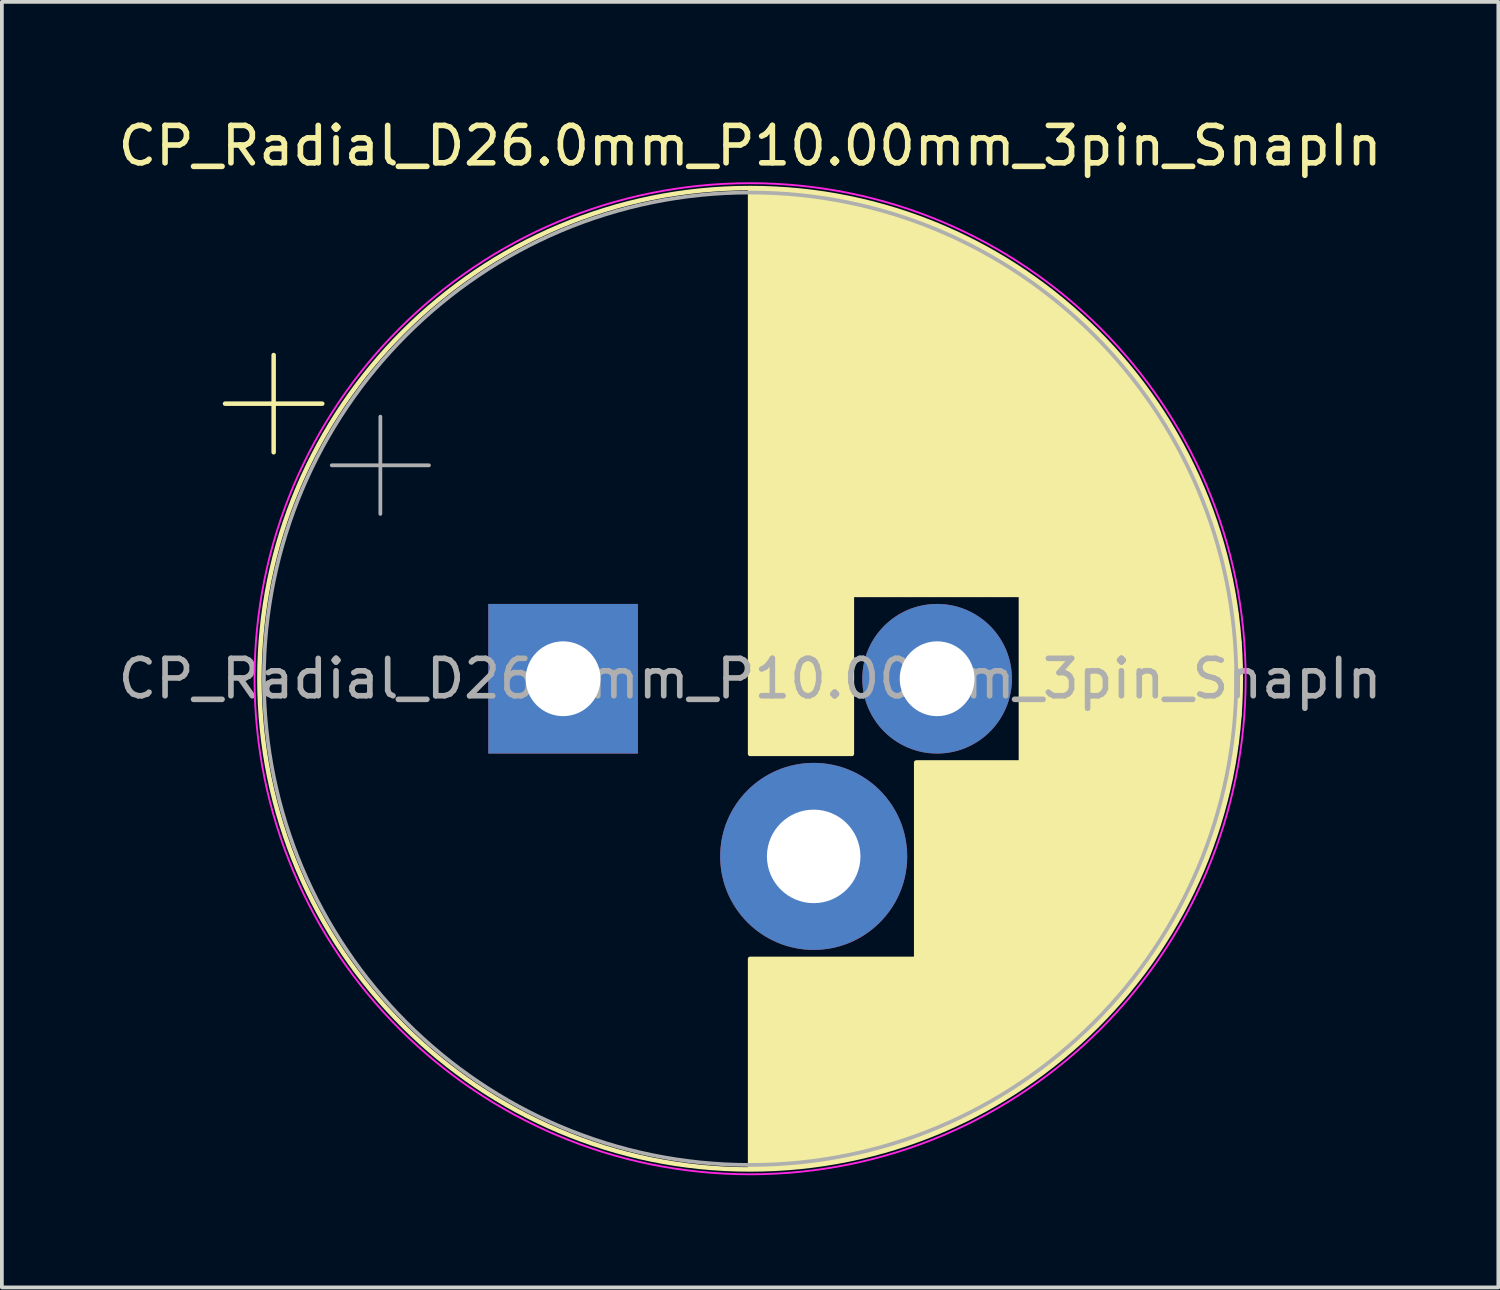
<source format=kicad_pcb>
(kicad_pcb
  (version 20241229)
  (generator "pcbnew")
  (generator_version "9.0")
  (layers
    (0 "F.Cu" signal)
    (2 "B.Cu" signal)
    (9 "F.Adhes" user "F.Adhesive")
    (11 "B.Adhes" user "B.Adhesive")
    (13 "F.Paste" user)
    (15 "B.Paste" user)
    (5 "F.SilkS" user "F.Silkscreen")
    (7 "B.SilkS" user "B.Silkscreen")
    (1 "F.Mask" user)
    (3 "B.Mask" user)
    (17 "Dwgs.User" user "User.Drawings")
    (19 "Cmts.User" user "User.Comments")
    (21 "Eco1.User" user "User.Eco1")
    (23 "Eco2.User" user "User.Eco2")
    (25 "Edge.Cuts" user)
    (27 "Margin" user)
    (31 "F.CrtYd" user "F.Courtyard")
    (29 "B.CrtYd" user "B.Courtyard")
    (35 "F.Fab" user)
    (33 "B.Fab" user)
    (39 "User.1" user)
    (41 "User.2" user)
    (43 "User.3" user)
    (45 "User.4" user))
  (footprint "CP_Radial_D26.0mm_P10.00mm_3pin_SnapIn"
    (layer "F.Cu")
    (at 12.006 15.098)
    (property "Reference" "CP_Radial_D26.0mm_P10.00mm_3pin_SnapIn" (at 5 -14.25 0) (layer "F.SilkS") (effects (font (size 1 1) (thickness 0.15))))
    (attr through_hole)
    (fp_line (start -9.039 -7.355) (end -6.439 -7.355) (stroke (width 0.12) (type solid)) (layer "F.SilkS"))
    (fp_line (start -7.739 -8.655) (end -7.739 -6.055) (stroke (width 0.12) (type solid)) (layer "F.SilkS"))
    (fp_line (start 5 -13.081) (end 5 2.01) (stroke (width 0.12) (type solid)) (layer "F.SilkS"))
    (fp_line (start 5 7.49) (end 5 13.081) (stroke (width 0.12) (type solid)) (layer "F.SilkS"))
    (fp_line (start 5.04 -13.08) (end 5.04 2.01) (stroke (width 0.12) (type solid)) (layer "F.SilkS"))
    (fp_line (start 5.04 7.49) (end 5.04 13.08) (stroke (width 0.12) (type solid)) (layer "F.SilkS"))
    (fp_line (start 5.08 -13.08) (end 5.08 2.01) (stroke (width 0.12) (type solid)) (layer "F.SilkS"))
    (fp_line (start 5.08 7.49) (end 5.08 13.08) (stroke (width 0.12) (type solid)) (layer "F.SilkS"))
    (fp_line (start 5.12 -13.08) (end 5.12 2.01) (stroke (width 0.12) (type solid)) (layer "F.SilkS"))
    (fp_line (start 5.12 7.49) (end 5.12 13.08) (stroke (width 0.12) (type solid)) (layer "F.SilkS"))
    (fp_line (start 5.16 -13.08) (end 5.16 2.01) (stroke (width 0.12) (type solid)) (layer "F.SilkS"))
    (fp_line (start 5.16 7.49) (end 5.16 13.08) (stroke (width 0.12) (type solid)) (layer "F.SilkS"))
    (fp_line (start 5.2 -13.079) (end 5.2 2.01) (stroke (width 0.12) (type solid)) (layer "F.SilkS"))
    (fp_line (start 5.2 7.49) (end 5.2 13.079) (stroke (width 0.12) (type solid)) (layer "F.SilkS"))
    (fp_line (start 5.24 -13.078) (end 5.24 2.01) (stroke (width 0.12) (type solid)) (layer "F.SilkS"))
    (fp_line (start 5.24 7.49) (end 5.24 13.078) (stroke (width 0.12) (type solid)) (layer "F.SilkS"))
    (fp_line (start 5.28 -13.078) (end 5.28 2.01) (stroke (width 0.12) (type solid)) (layer "F.SilkS"))
    (fp_line (start 5.28 7.49) (end 5.28 13.078) (stroke (width 0.12) (type solid)) (layer "F.SilkS"))
    (fp_line (start 5.32 -13.077) (end 5.32 2.01) (stroke (width 0.12) (type solid)) (layer "F.SilkS"))
    (fp_line (start 5.32 7.49) (end 5.32 13.077) (stroke (width 0.12) (type solid)) (layer "F.SilkS"))
    (fp_line (start 5.36 -13.076) (end 5.36 2.01) (stroke (width 0.12) (type solid)) (layer "F.SilkS"))
    (fp_line (start 5.36 7.49) (end 5.36 13.076) (stroke (width 0.12) (type solid)) (layer "F.SilkS"))
    (fp_line (start 5.4 -13.074) (end 5.4 2.01) (stroke (width 0.12) (type solid)) (layer "F.SilkS"))
    (fp_line (start 5.4 7.49) (end 5.4 13.074) (stroke (width 0.12) (type solid)) (layer "F.SilkS"))
    (fp_line (start 5.44 -13.073) (end 5.44 2.01) (stroke (width 0.12) (type solid)) (layer "F.SilkS"))
    (fp_line (start 5.44 7.49) (end 5.44 13.073) (stroke (width 0.12) (type solid)) (layer "F.SilkS"))
    (fp_line (start 5.48 -13.072) (end 5.48 2.01) (stroke (width 0.12) (type solid)) (layer "F.SilkS"))
    (fp_line (start 5.48 7.49) (end 5.48 13.072) (stroke (width 0.12) (type solid)) (layer "F.SilkS"))
    (fp_line (start 5.52 -13.07) (end 5.52 2.01) (stroke (width 0.12) (type solid)) (layer "F.SilkS"))
    (fp_line (start 5.52 7.49) (end 5.52 13.07) (stroke (width 0.12) (type solid)) (layer "F.SilkS"))
    (fp_line (start 5.56 -13.069) (end 5.56 2.01) (stroke (width 0.12) (type solid)) (layer "F.SilkS"))
    (fp_line (start 5.56 7.49) (end 5.56 13.069) (stroke (width 0.12) (type solid)) (layer "F.SilkS"))
    (fp_line (start 5.6 -13.067) (end 5.6 2.01) (stroke (width 0.12) (type solid)) (layer "F.SilkS"))
    (fp_line (start 5.6 7.49) (end 5.6 13.067) (stroke (width 0.12) (type solid)) (layer "F.SilkS"))
    (fp_line (start 5.64 -13.065) (end 5.64 2.01) (stroke (width 0.12) (type solid)) (layer "F.SilkS"))
    (fp_line (start 5.64 7.49) (end 5.64 13.065) (stroke (width 0.12) (type solid)) (layer "F.SilkS"))
    (fp_line (start 5.68 -13.063) (end 5.68 2.01) (stroke (width 0.12) (type solid)) (layer "F.SilkS"))
    (fp_line (start 5.68 7.49) (end 5.68 13.063) (stroke (width 0.12) (type solid)) (layer "F.SilkS"))
    (fp_line (start 5.721 -13.061) (end 5.721 2.01) (stroke (width 0.12) (type solid)) (layer "F.SilkS"))
    (fp_line (start 5.721 7.49) (end 5.721 13.061) (stroke (width 0.12) (type solid)) (layer "F.SilkS"))
    (fp_line (start 5.761 -13.058) (end 5.761 2.01) (stroke (width 0.12) (type solid)) (layer "F.SilkS"))
    (fp_line (start 5.761 7.49) (end 5.761 13.058) (stroke (width 0.12) (type solid)) (layer "F.SilkS"))
    (fp_line (start 5.801 -13.056) (end 5.801 2.01) (stroke (width 0.12) (type solid)) (layer "F.SilkS"))
    (fp_line (start 5.801 7.49) (end 5.801 13.056) (stroke (width 0.12) (type solid)) (layer "F.SilkS"))
    (fp_line (start 5.841 -13.054) (end 5.841 2.01) (stroke (width 0.12) (type solid)) (layer "F.SilkS"))
    (fp_line (start 5.841 7.49) (end 5.841 13.054) (stroke (width 0.12) (type solid)) (layer "F.SilkS"))
    (fp_line (start 5.881 -13.051) (end 5.881 2.01) (stroke (width 0.12) (type solid)) (layer "F.SilkS"))
    (fp_line (start 5.881 7.49) (end 5.881 13.051) (stroke (width 0.12) (type solid)) (layer "F.SilkS"))
    (fp_line (start 5.921 -13.048) (end 5.921 2.01) (stroke (width 0.12) (type solid)) (layer "F.SilkS"))
    (fp_line (start 5.921 7.49) (end 5.921 13.048) (stroke (width 0.12) (type solid)) (layer "F.SilkS"))
    (fp_line (start 5.961 -13.045) (end 5.961 2.01) (stroke (width 0.12) (type solid)) (layer "F.SilkS"))
    (fp_line (start 5.961 7.49) (end 5.961 13.045) (stroke (width 0.12) (type solid)) (layer "F.SilkS"))
    (fp_line (start 6.001 -13.042) (end 6.001 2.01) (stroke (width 0.12) (type solid)) (layer "F.SilkS"))
    (fp_line (start 6.001 7.49) (end 6.001 13.042) (stroke (width 0.12) (type solid)) (layer "F.SilkS"))
    (fp_line (start 6.041 -13.039) (end 6.041 2.01) (stroke (width 0.12) (type solid)) (layer "F.SilkS"))
    (fp_line (start 6.041 7.49) (end 6.041 13.039) (stroke (width 0.12) (type solid)) (layer "F.SilkS"))
    (fp_line (start 6.081 -13.036) (end 6.081 2.01) (stroke (width 0.12) (type solid)) (layer "F.SilkS"))
    (fp_line (start 6.081 7.49) (end 6.081 13.036) (stroke (width 0.12) (type solid)) (layer "F.SilkS"))
    (fp_line (start 6.121 -13.033) (end 6.121 2.01) (stroke (width 0.12) (type solid)) (layer "F.SilkS"))
    (fp_line (start 6.121 7.49) (end 6.121 13.033) (stroke (width 0.12) (type solid)) (layer "F.SilkS"))
    (fp_line (start 6.161 -13.029) (end 6.161 2.01) (stroke (width 0.12) (type solid)) (layer "F.SilkS"))
    (fp_line (start 6.161 7.49) (end 6.161 13.029) (stroke (width 0.12) (type solid)) (layer "F.SilkS"))
    (fp_line (start 6.201 -13.026) (end 6.201 2.01) (stroke (width 0.12) (type solid)) (layer "F.SilkS"))
    (fp_line (start 6.201 7.49) (end 6.201 13.026) (stroke (width 0.12) (type solid)) (layer "F.SilkS"))
    (fp_line (start 6.241 -13.022) (end 6.241 2.01) (stroke (width 0.12) (type solid)) (layer "F.SilkS"))
    (fp_line (start 6.241 7.49) (end 6.241 13.022) (stroke (width 0.12) (type solid)) (layer "F.SilkS"))
    (fp_line (start 6.281 -13.018) (end 6.281 2.01) (stroke (width 0.12) (type solid)) (layer "F.SilkS"))
    (fp_line (start 6.281 7.49) (end 6.281 13.018) (stroke (width 0.12) (type solid)) (layer "F.SilkS"))
    (fp_line (start 6.321 -13.014) (end 6.321 2.01) (stroke (width 0.12) (type solid)) (layer "F.SilkS"))
    (fp_line (start 6.321 7.49) (end 6.321 13.014) (stroke (width 0.12) (type solid)) (layer "F.SilkS"))
    (fp_line (start 6.361 -13.01) (end 6.361 2.01) (stroke (width 0.12) (type solid)) (layer "F.SilkS"))
    (fp_line (start 6.361 7.49) (end 6.361 13.01) (stroke (width 0.12) (type solid)) (layer "F.SilkS"))
    (fp_line (start 6.401 -13.006) (end 6.401 2.01) (stroke (width 0.12) (type solid)) (layer "F.SilkS"))
    (fp_line (start 6.401 7.49) (end 6.401 13.006) (stroke (width 0.12) (type solid)) (layer "F.SilkS"))
    (fp_line (start 6.441 -13.001) (end 6.441 2.01) (stroke (width 0.12) (type solid)) (layer "F.SilkS"))
    (fp_line (start 6.441 7.49) (end 6.441 13.001) (stroke (width 0.12) (type solid)) (layer "F.SilkS"))
    (fp_line (start 6.481 -12.997) (end 6.481 2.01) (stroke (width 0.12) (type solid)) (layer "F.SilkS"))
    (fp_line (start 6.481 7.49) (end 6.481 12.997) (stroke (width 0.12) (type solid)) (layer "F.SilkS"))
    (fp_line (start 6.521 -12.992) (end 6.521 2.01) (stroke (width 0.12) (type solid)) (layer "F.SilkS"))
    (fp_line (start 6.521 7.49) (end 6.521 12.992) (stroke (width 0.12) (type solid)) (layer "F.SilkS"))
    (fp_line (start 6.561 -12.987) (end 6.561 2.01) (stroke (width 0.12) (type solid)) (layer "F.SilkS"))
    (fp_line (start 6.561 7.49) (end 6.561 12.987) (stroke (width 0.12) (type solid)) (layer "F.SilkS"))
    (fp_line (start 6.601 -12.983) (end 6.601 2.01) (stroke (width 0.12) (type solid)) (layer "F.SilkS"))
    (fp_line (start 6.601 7.49) (end 6.601 12.983) (stroke (width 0.12) (type solid)) (layer "F.SilkS"))
    (fp_line (start 6.641 -12.978) (end 6.641 2.01) (stroke (width 0.12) (type solid)) (layer "F.SilkS"))
    (fp_line (start 6.641 7.49) (end 6.641 12.978) (stroke (width 0.12) (type solid)) (layer "F.SilkS"))
    (fp_line (start 6.681 -12.972) (end 6.681 2.01) (stroke (width 0.12) (type solid)) (layer "F.SilkS"))
    (fp_line (start 6.681 7.49) (end 6.681 12.972) (stroke (width 0.12) (type solid)) (layer "F.SilkS"))
    (fp_line (start 6.721 -12.967) (end 6.721 2.01) (stroke (width 0.12) (type solid)) (layer "F.SilkS"))
    (fp_line (start 6.721 7.49) (end 6.721 12.967) (stroke (width 0.12) (type solid)) (layer "F.SilkS"))
    (fp_line (start 6.761 -12.962) (end 6.761 2.01) (stroke (width 0.12) (type solid)) (layer "F.SilkS"))
    (fp_line (start 6.761 7.49) (end 6.761 12.962) (stroke (width 0.12) (type solid)) (layer "F.SilkS"))
    (fp_line (start 6.801 -12.956) (end 6.801 2.01) (stroke (width 0.12) (type solid)) (layer "F.SilkS"))
    (fp_line (start 6.801 7.49) (end 6.801 12.956) (stroke (width 0.12) (type solid)) (layer "F.SilkS"))
    (fp_line (start 6.841 -12.951) (end 6.841 2.01) (stroke (width 0.12) (type solid)) (layer "F.SilkS"))
    (fp_line (start 6.841 7.49) (end 6.841 12.951) (stroke (width 0.12) (type solid)) (layer "F.SilkS"))
    (fp_line (start 6.881 -12.945) (end 6.881 2.01) (stroke (width 0.12) (type solid)) (layer "F.SilkS"))
    (fp_line (start 6.881 7.49) (end 6.881 12.945) (stroke (width 0.12) (type solid)) (layer "F.SilkS"))
    (fp_line (start 6.921 -12.939) (end 6.921 2.01) (stroke (width 0.12) (type solid)) (layer "F.SilkS"))
    (fp_line (start 6.921 7.49) (end 6.921 12.939) (stroke (width 0.12) (type solid)) (layer "F.SilkS"))
    (fp_line (start 6.961 -12.933) (end 6.961 2.01) (stroke (width 0.12) (type solid)) (layer "F.SilkS"))
    (fp_line (start 6.961 7.49) (end 6.961 12.933) (stroke (width 0.12) (type solid)) (layer "F.SilkS"))
    (fp_line (start 7.001 -12.927) (end 7.001 2.01) (stroke (width 0.12) (type solid)) (layer "F.SilkS"))
    (fp_line (start 7.001 7.49) (end 7.001 12.927) (stroke (width 0.12) (type solid)) (layer "F.SilkS"))
    (fp_line (start 7.041 -12.921) (end 7.041 2.01) (stroke (width 0.12) (type solid)) (layer "F.SilkS"))
    (fp_line (start 7.041 7.49) (end 7.041 12.921) (stroke (width 0.12) (type solid)) (layer "F.SilkS"))
    (fp_line (start 7.081 -12.915) (end 7.081 2.01) (stroke (width 0.12) (type solid)) (layer "F.SilkS"))
    (fp_line (start 7.081 7.49) (end 7.081 12.915) (stroke (width 0.12) (type solid)) (layer "F.SilkS"))
    (fp_line (start 7.121 -12.908) (end 7.121 2.01) (stroke (width 0.12) (type solid)) (layer "F.SilkS"))
    (fp_line (start 7.121 7.49) (end 7.121 12.908) (stroke (width 0.12) (type solid)) (layer "F.SilkS"))
    (fp_line (start 7.161 -12.901) (end 7.161 2.01) (stroke (width 0.12) (type solid)) (layer "F.SilkS"))
    (fp_line (start 7.161 7.49) (end 7.161 12.901) (stroke (width 0.12) (type solid)) (layer "F.SilkS"))
    (fp_line (start 7.201 -12.895) (end 7.201 2.01) (stroke (width 0.12) (type solid)) (layer "F.SilkS"))
    (fp_line (start 7.201 7.49) (end 7.201 12.895) (stroke (width 0.12) (type solid)) (layer "F.SilkS"))
    (fp_line (start 7.241 -12.888) (end 7.241 2.01) (stroke (width 0.12) (type solid)) (layer "F.SilkS"))
    (fp_line (start 7.241 7.49) (end 7.241 12.888) (stroke (width 0.12) (type solid)) (layer "F.SilkS"))
    (fp_line (start 7.281 -12.881) (end 7.281 2.01) (stroke (width 0.12) (type solid)) (layer "F.SilkS"))
    (fp_line (start 7.281 7.49) (end 7.281 12.881) (stroke (width 0.12) (type solid)) (layer "F.SilkS"))
    (fp_line (start 7.321 -12.874) (end 7.321 2.01) (stroke (width 0.12) (type solid)) (layer "F.SilkS"))
    (fp_line (start 7.321 7.49) (end 7.321 12.874) (stroke (width 0.12) (type solid)) (layer "F.SilkS"))
    (fp_line (start 7.361 -12.866) (end 7.361 2.01) (stroke (width 0.12) (type solid)) (layer "F.SilkS"))
    (fp_line (start 7.361 7.49) (end 7.361 12.866) (stroke (width 0.12) (type solid)) (layer "F.SilkS"))
    (fp_line (start 7.401 -12.859) (end 7.401 2.01) (stroke (width 0.12) (type solid)) (layer "F.SilkS"))
    (fp_line (start 7.401 7.49) (end 7.401 12.859) (stroke (width 0.12) (type solid)) (layer "F.SilkS"))
    (fp_line (start 7.441 -12.852) (end 7.441 2.01) (stroke (width 0.12) (type solid)) (layer "F.SilkS"))
    (fp_line (start 7.441 7.49) (end 7.441 12.852) (stroke (width 0.12) (type solid)) (layer "F.SilkS"))
    (fp_line (start 7.481 -12.844) (end 7.481 2.01) (stroke (width 0.12) (type solid)) (layer "F.SilkS"))
    (fp_line (start 7.481 7.49) (end 7.481 12.844) (stroke (width 0.12) (type solid)) (layer "F.SilkS"))
    (fp_line (start 7.521 -12.836) (end 7.521 2.01) (stroke (width 0.12) (type solid)) (layer "F.SilkS"))
    (fp_line (start 7.521 7.49) (end 7.521 12.836) (stroke (width 0.12) (type solid)) (layer "F.SilkS"))
    (fp_line (start 7.561 -12.828) (end 7.561 2.01) (stroke (width 0.12) (type solid)) (layer "F.SilkS"))
    (fp_line (start 7.561 7.49) (end 7.561 12.828) (stroke (width 0.12) (type solid)) (layer "F.SilkS"))
    (fp_line (start 7.601 -12.82) (end 7.601 2.01) (stroke (width 0.12) (type solid)) (layer "F.SilkS"))
    (fp_line (start 7.601 7.49) (end 7.601 12.82) (stroke (width 0.12) (type solid)) (layer "F.SilkS"))
    (fp_line (start 7.641 -12.812) (end 7.641 2.01) (stroke (width 0.12) (type solid)) (layer "F.SilkS"))
    (fp_line (start 7.641 7.49) (end 7.641 12.812) (stroke (width 0.12) (type solid)) (layer "F.SilkS"))
    (fp_line (start 7.681 -12.804) (end 7.681 2.01) (stroke (width 0.12) (type solid)) (layer "F.SilkS"))
    (fp_line (start 7.681 7.49) (end 7.681 12.804) (stroke (width 0.12) (type solid)) (layer "F.SilkS"))
    (fp_line (start 7.721 -12.795) (end 7.721 2.01) (stroke (width 0.12) (type solid)) (layer "F.SilkS"))
    (fp_line (start 7.721 7.49) (end 7.721 12.795) (stroke (width 0.12) (type solid)) (layer "F.SilkS"))
    (fp_line (start 7.761 -12.787) (end 7.761 -2.24) (stroke (width 0.12) (type solid)) (layer "F.SilkS"))
    (fp_line (start 7.761 7.49) (end 7.761 12.787) (stroke (width 0.12) (type solid)) (layer "F.SilkS"))
    (fp_line (start 7.801 -12.778) (end 7.801 -2.24) (stroke (width 0.12) (type solid)) (layer "F.SilkS"))
    (fp_line (start 7.801 7.49) (end 7.801 12.778) (stroke (width 0.12) (type solid)) (layer "F.SilkS"))
    (fp_line (start 7.841 -12.769) (end 7.841 -2.24) (stroke (width 0.12) (type solid)) (layer "F.SilkS"))
    (fp_line (start 7.841 7.49) (end 7.841 12.769) (stroke (width 0.12) (type solid)) (layer "F.SilkS"))
    (fp_line (start 7.881 -12.761) (end 7.881 -2.24) (stroke (width 0.12) (type solid)) (layer "F.SilkS"))
    (fp_line (start 7.881 7.49) (end 7.881 12.761) (stroke (width 0.12) (type solid)) (layer "F.SilkS"))
    (fp_line (start 7.921 -12.751) (end 7.921 -2.24) (stroke (width 0.12) (type solid)) (layer "F.SilkS"))
    (fp_line (start 7.921 7.49) (end 7.921 12.751) (stroke (width 0.12) (type solid)) (layer "F.SilkS"))
    (fp_line (start 7.961 -12.742) (end 7.961 -2.24) (stroke (width 0.12) (type solid)) (layer "F.SilkS"))
    (fp_line (start 7.961 7.49) (end 7.961 12.742) (stroke (width 0.12) (type solid)) (layer "F.SilkS"))
    (fp_line (start 8.001 -12.733) (end 8.001 -2.24) (stroke (width 0.12) (type solid)) (layer "F.SilkS"))
    (fp_line (start 8.001 7.49) (end 8.001 12.733) (stroke (width 0.12) (type solid)) (layer "F.SilkS"))
    (fp_line (start 8.041 -12.723) (end 8.041 -2.24) (stroke (width 0.12) (type solid)) (layer "F.SilkS"))
    (fp_line (start 8.041 7.49) (end 8.041 12.723) (stroke (width 0.12) (type solid)) (layer "F.SilkS"))
    (fp_line (start 8.081 -12.714) (end 8.081 -2.24) (stroke (width 0.12) (type solid)) (layer "F.SilkS"))
    (fp_line (start 8.081 7.49) (end 8.081 12.714) (stroke (width 0.12) (type solid)) (layer "F.SilkS"))
    (fp_line (start 8.121 -12.704) (end 8.121 -2.24) (stroke (width 0.12) (type solid)) (layer "F.SilkS"))
    (fp_line (start 8.121 7.49) (end 8.121 12.704) (stroke (width 0.12) (type solid)) (layer "F.SilkS"))
    (fp_line (start 8.161 -12.694) (end 8.161 -2.24) (stroke (width 0.12) (type solid)) (layer "F.SilkS"))
    (fp_line (start 8.161 7.49) (end 8.161 12.694) (stroke (width 0.12) (type solid)) (layer "F.SilkS"))
    (fp_line (start 8.201 -12.684) (end 8.201 -2.24) (stroke (width 0.12) (type solid)) (layer "F.SilkS"))
    (fp_line (start 8.201 7.49) (end 8.201 12.684) (stroke (width 0.12) (type solid)) (layer "F.SilkS"))
    (fp_line (start 8.241 -12.674) (end 8.241 -2.24) (stroke (width 0.12) (type solid)) (layer "F.SilkS"))
    (fp_line (start 8.241 7.49) (end 8.241 12.674) (stroke (width 0.12) (type solid)) (layer "F.SilkS"))
    (fp_line (start 8.281 -12.664) (end 8.281 -2.24) (stroke (width 0.12) (type solid)) (layer "F.SilkS"))
    (fp_line (start 8.281 7.49) (end 8.281 12.664) (stroke (width 0.12) (type solid)) (layer "F.SilkS"))
    (fp_line (start 8.321 -12.653) (end 8.321 -2.24) (stroke (width 0.12) (type solid)) (layer "F.SilkS"))
    (fp_line (start 8.321 7.49) (end 8.321 12.653) (stroke (width 0.12) (type solid)) (layer "F.SilkS"))
    (fp_line (start 8.361 -12.643) (end 8.361 -2.24) (stroke (width 0.12) (type solid)) (layer "F.SilkS"))
    (fp_line (start 8.361 7.49) (end 8.361 12.643) (stroke (width 0.12) (type solid)) (layer "F.SilkS"))
    (fp_line (start 8.401 -12.632) (end 8.401 -2.24) (stroke (width 0.12) (type solid)) (layer "F.SilkS"))
    (fp_line (start 8.401 7.49) (end 8.401 12.632) (stroke (width 0.12) (type solid)) (layer "F.SilkS"))
    (fp_line (start 8.441 -12.621) (end 8.441 -2.24) (stroke (width 0.12) (type solid)) (layer "F.SilkS"))
    (fp_line (start 8.441 7.49) (end 8.441 12.621) (stroke (width 0.12) (type solid)) (layer "F.SilkS"))
    (fp_line (start 8.481 -12.611) (end 8.481 -2.24) (stroke (width 0.12) (type solid)) (layer "F.SilkS"))
    (fp_line (start 8.481 7.49) (end 8.481 12.611) (stroke (width 0.12) (type solid)) (layer "F.SilkS"))
    (fp_line (start 8.521 -12.599) (end 8.521 -2.24) (stroke (width 0.12) (type solid)) (layer "F.SilkS"))
    (fp_line (start 8.521 7.49) (end 8.521 12.599) (stroke (width 0.12) (type solid)) (layer "F.SilkS"))
    (fp_line (start 8.561 -12.588) (end 8.561 -2.24) (stroke (width 0.12) (type solid)) (layer "F.SilkS"))
    (fp_line (start 8.561 7.49) (end 8.561 12.588) (stroke (width 0.12) (type solid)) (layer "F.SilkS"))
    (fp_line (start 8.601 -12.577) (end 8.601 -2.24) (stroke (width 0.12) (type solid)) (layer "F.SilkS"))
    (fp_line (start 8.601 7.49) (end 8.601 12.577) (stroke (width 0.12) (type solid)) (layer "F.SilkS"))
    (fp_line (start 8.641 -12.565) (end 8.641 -2.24) (stroke (width 0.12) (type solid)) (layer "F.SilkS"))
    (fp_line (start 8.641 7.49) (end 8.641 12.565) (stroke (width 0.12) (type solid)) (layer "F.SilkS"))
    (fp_line (start 8.681 -12.554) (end 8.681 -2.24) (stroke (width 0.12) (type solid)) (layer "F.SilkS"))
    (fp_line (start 8.681 7.49) (end 8.681 12.554) (stroke (width 0.12) (type solid)) (layer "F.SilkS"))
    (fp_line (start 8.721 -12.542) (end 8.721 -2.24) (stroke (width 0.12) (type solid)) (layer "F.SilkS"))
    (fp_line (start 8.721 7.49) (end 8.721 12.542) (stroke (width 0.12) (type solid)) (layer "F.SilkS"))
    (fp_line (start 8.761 -12.53) (end 8.761 -2.24) (stroke (width 0.12) (type solid)) (layer "F.SilkS"))
    (fp_line (start 8.761 7.49) (end 8.761 12.53) (stroke (width 0.12) (type solid)) (layer "F.SilkS"))
    (fp_line (start 8.801 -12.518) (end 8.801 -2.24) (stroke (width 0.12) (type solid)) (layer "F.SilkS"))
    (fp_line (start 8.801 7.49) (end 8.801 12.518) (stroke (width 0.12) (type solid)) (layer "F.SilkS"))
    (fp_line (start 8.841 -12.506) (end 8.841 -2.24) (stroke (width 0.12) (type solid)) (layer "F.SilkS"))
    (fp_line (start 8.841 7.49) (end 8.841 12.506) (stroke (width 0.12) (type solid)) (layer "F.SilkS"))
    (fp_line (start 8.881 -12.494) (end 8.881 -2.24) (stroke (width 0.12) (type solid)) (layer "F.SilkS"))
    (fp_line (start 8.881 7.49) (end 8.881 12.494) (stroke (width 0.12) (type solid)) (layer "F.SilkS"))
    (fp_line (start 8.921 -12.481) (end 8.921 -2.24) (stroke (width 0.12) (type solid)) (layer "F.SilkS"))
    (fp_line (start 8.921 7.49) (end 8.921 12.481) (stroke (width 0.12) (type solid)) (layer "F.SilkS"))
    (fp_line (start 8.961 -12.469) (end 8.961 -2.24) (stroke (width 0.12) (type solid)) (layer "F.SilkS"))
    (fp_line (start 8.961 7.49) (end 8.961 12.469) (stroke (width 0.12) (type solid)) (layer "F.SilkS"))
    (fp_line (start 9.001 -12.456) (end 9.001 -2.24) (stroke (width 0.12) (type solid)) (layer "F.SilkS"))
    (fp_line (start 9.001 7.49) (end 9.001 12.456) (stroke (width 0.12) (type solid)) (layer "F.SilkS"))
    (fp_line (start 9.041 -12.443) (end 9.041 -2.24) (stroke (width 0.12) (type solid)) (layer "F.SilkS"))
    (fp_line (start 9.041 7.49) (end 9.041 12.443) (stroke (width 0.12) (type solid)) (layer "F.SilkS"))
    (fp_line (start 9.081 -12.43) (end 9.081 -2.24) (stroke (width 0.12) (type solid)) (layer "F.SilkS"))
    (fp_line (start 9.081 7.49) (end 9.081 12.43) (stroke (width 0.12) (type solid)) (layer "F.SilkS"))
    (fp_line (start 9.121 -12.417) (end 9.121 -2.24) (stroke (width 0.12) (type solid)) (layer "F.SilkS"))
    (fp_line (start 9.121 7.49) (end 9.121 12.417) (stroke (width 0.12) (type solid)) (layer "F.SilkS"))
    (fp_line (start 9.161 -12.404) (end 9.161 -2.24) (stroke (width 0.12) (type solid)) (layer "F.SilkS"))
    (fp_line (start 9.161 7.49) (end 9.161 12.404) (stroke (width 0.12) (type solid)) (layer "F.SilkS"))
    (fp_line (start 9.201 -12.39) (end 9.201 -2.24) (stroke (width 0.12) (type solid)) (layer "F.SilkS"))
    (fp_line (start 9.201 7.49) (end 9.201 12.39) (stroke (width 0.12) (type solid)) (layer "F.SilkS"))
    (fp_line (start 9.241 -12.376) (end 9.241 -2.24) (stroke (width 0.12) (type solid)) (layer "F.SilkS"))
    (fp_line (start 9.241 7.49) (end 9.241 12.376) (stroke (width 0.12) (type solid)) (layer "F.SilkS"))
    (fp_line (start 9.281 -12.363) (end 9.281 -2.24) (stroke (width 0.12) (type solid)) (layer "F.SilkS"))
    (fp_line (start 9.281 7.49) (end 9.281 12.363) (stroke (width 0.12) (type solid)) (layer "F.SilkS"))
    (fp_line (start 9.321 -12.349) (end 9.321 -2.24) (stroke (width 0.12) (type solid)) (layer "F.SilkS"))
    (fp_line (start 9.321 7.49) (end 9.321 12.349) (stroke (width 0.12) (type solid)) (layer "F.SilkS"))
    (fp_line (start 9.361 -12.335) (end 9.361 -2.24) (stroke (width 0.12) (type solid)) (layer "F.SilkS"))
    (fp_line (start 9.361 7.49) (end 9.361 12.335) (stroke (width 0.12) (type solid)) (layer "F.SilkS"))
    (fp_line (start 9.401 -12.321) (end 9.401 -2.24) (stroke (width 0.12) (type solid)) (layer "F.SilkS"))
    (fp_line (start 9.401 7.49) (end 9.401 12.321) (stroke (width 0.12) (type solid)) (layer "F.SilkS"))
    (fp_line (start 9.441 -12.306) (end 9.441 -2.24) (stroke (width 0.12) (type solid)) (layer "F.SilkS"))
    (fp_line (start 9.441 2.24) (end 9.441 12.306) (stroke (width 0.12) (type solid)) (layer "F.SilkS"))
    (fp_line (start 9.481 -12.292) (end 9.481 -2.24) (stroke (width 0.12) (type solid)) (layer "F.SilkS"))
    (fp_line (start 9.481 2.24) (end 9.481 12.292) (stroke (width 0.12) (type solid)) (layer "F.SilkS"))
    (fp_line (start 9.521 -12.277) (end 9.521 -2.24) (stroke (width 0.12) (type solid)) (layer "F.SilkS"))
    (fp_line (start 9.521 2.24) (end 9.521 12.277) (stroke (width 0.12) (type solid)) (layer "F.SilkS"))
    (fp_line (start 9.561 -12.263) (end 9.561 -2.24) (stroke (width 0.12) (type solid)) (layer "F.SilkS"))
    (fp_line (start 9.561 2.24) (end 9.561 12.263) (stroke (width 0.12) (type solid)) (layer "F.SilkS"))
    (fp_line (start 9.601 -12.248) (end 9.601 -2.24) (stroke (width 0.12) (type solid)) (layer "F.SilkS"))
    (fp_line (start 9.601 2.24) (end 9.601 12.248) (stroke (width 0.12) (type solid)) (layer "F.SilkS"))
    (fp_line (start 9.641 -12.233) (end 9.641 -2.24) (stroke (width 0.12) (type solid)) (layer "F.SilkS"))
    (fp_line (start 9.641 2.24) (end 9.641 12.233) (stroke (width 0.12) (type solid)) (layer "F.SilkS"))
    (fp_line (start 9.681 -12.217) (end 9.681 -2.24) (stroke (width 0.12) (type solid)) (layer "F.SilkS"))
    (fp_line (start 9.681 2.24) (end 9.681 12.217) (stroke (width 0.12) (type solid)) (layer "F.SilkS"))
    (fp_line (start 9.721 -12.202) (end 9.721 -2.24) (stroke (width 0.12) (type solid)) (layer "F.SilkS"))
    (fp_line (start 9.721 2.24) (end 9.721 12.202) (stroke (width 0.12) (type solid)) (layer "F.SilkS"))
    (fp_line (start 9.761 -12.187) (end 9.761 -2.24) (stroke (width 0.12) (type solid)) (layer "F.SilkS"))
    (fp_line (start 9.761 2.24) (end 9.761 12.187) (stroke (width 0.12) (type solid)) (layer "F.SilkS"))
    (fp_line (start 9.801 -12.171) (end 9.801 -2.24) (stroke (width 0.12) (type solid)) (layer "F.SilkS"))
    (fp_line (start 9.801 2.24) (end 9.801 12.171) (stroke (width 0.12) (type solid)) (layer "F.SilkS"))
    (fp_line (start 9.841 -12.155) (end 9.841 -2.24) (stroke (width 0.12) (type solid)) (layer "F.SilkS"))
    (fp_line (start 9.841 2.24) (end 9.841 12.155) (stroke (width 0.12) (type solid)) (layer "F.SilkS"))
    (fp_line (start 9.881 -12.139) (end 9.881 -2.24) (stroke (width 0.12) (type solid)) (layer "F.SilkS"))
    (fp_line (start 9.881 2.24) (end 9.881 12.139) (stroke (width 0.12) (type solid)) (layer "F.SilkS"))
    (fp_line (start 9.921 -12.123) (end 9.921 -2.24) (stroke (width 0.12) (type solid)) (layer "F.SilkS"))
    (fp_line (start 9.921 2.24) (end 9.921 12.123) (stroke (width 0.12) (type solid)) (layer "F.SilkS"))
    (fp_line (start 9.961 -12.107) (end 9.961 -2.24) (stroke (width 0.12) (type solid)) (layer "F.SilkS"))
    (fp_line (start 9.961 2.24) (end 9.961 12.107) (stroke (width 0.12) (type solid)) (layer "F.SilkS"))
    (fp_line (start 10.001 -12.09) (end 10.001 -2.24) (stroke (width 0.12) (type solid)) (layer "F.SilkS"))
    (fp_line (start 10.001 2.24) (end 10.001 12.09) (stroke (width 0.12) (type solid)) (layer "F.SilkS"))
    (fp_line (start 10.041 -12.074) (end 10.041 -2.24) (stroke (width 0.12) (type solid)) (layer "F.SilkS"))
    (fp_line (start 10.041 2.24) (end 10.041 12.074) (stroke (width 0.12) (type solid)) (layer "F.SilkS"))
    (fp_line (start 10.081 -12.057) (end 10.081 -2.24) (stroke (width 0.12) (type solid)) (layer "F.SilkS"))
    (fp_line (start 10.081 2.24) (end 10.081 12.057) (stroke (width 0.12) (type solid)) (layer "F.SilkS"))
    (fp_line (start 10.121 -12.04) (end 10.121 -2.24) (stroke (width 0.12) (type solid)) (layer "F.SilkS"))
    (fp_line (start 10.121 2.24) (end 10.121 12.04) (stroke (width 0.12) (type solid)) (layer "F.SilkS"))
    (fp_line (start 10.161 -12.023) (end 10.161 -2.24) (stroke (width 0.12) (type solid)) (layer "F.SilkS"))
    (fp_line (start 10.161 2.24) (end 10.161 12.023) (stroke (width 0.12) (type solid)) (layer "F.SilkS"))
    (fp_line (start 10.201 -12.006) (end 10.201 -2.24) (stroke (width 0.12) (type solid)) (layer "F.SilkS"))
    (fp_line (start 10.201 2.24) (end 10.201 12.006) (stroke (width 0.12) (type solid)) (layer "F.SilkS"))
    (fp_line (start 10.241 -11.989) (end 10.241 -2.24) (stroke (width 0.12) (type solid)) (layer "F.SilkS"))
    (fp_line (start 10.241 2.24) (end 10.241 11.989) (stroke (width 0.12) (type solid)) (layer "F.SilkS"))
    (fp_line (start 10.281 -11.971) (end 10.281 -2.24) (stroke (width 0.12) (type solid)) (layer "F.SilkS"))
    (fp_line (start 10.281 2.24) (end 10.281 11.971) (stroke (width 0.12) (type solid)) (layer "F.SilkS"))
    (fp_line (start 10.321 -11.953) (end 10.321 -2.24) (stroke (width 0.12) (type solid)) (layer "F.SilkS"))
    (fp_line (start 10.321 2.24) (end 10.321 11.953) (stroke (width 0.12) (type solid)) (layer "F.SilkS"))
    (fp_line (start 10.361 -11.936) (end 10.361 -2.24) (stroke (width 0.12) (type solid)) (layer "F.SilkS"))
    (fp_line (start 10.361 2.24) (end 10.361 11.936) (stroke (width 0.12) (type solid)) (layer "F.SilkS"))
    (fp_line (start 10.401 -11.918) (end 10.401 -2.24) (stroke (width 0.12) (type solid)) (layer "F.SilkS"))
    (fp_line (start 10.401 2.24) (end 10.401 11.918) (stroke (width 0.12) (type solid)) (layer "F.SilkS"))
    (fp_line (start 10.441 -11.9) (end 10.441 -2.24) (stroke (width 0.12) (type solid)) (layer "F.SilkS"))
    (fp_line (start 10.441 2.24) (end 10.441 11.9) (stroke (width 0.12) (type solid)) (layer "F.SilkS"))
    (fp_line (start 10.481 -11.881) (end 10.481 -2.24) (stroke (width 0.12) (type solid)) (layer "F.SilkS"))
    (fp_line (start 10.481 2.24) (end 10.481 11.881) (stroke (width 0.12) (type solid)) (layer "F.SilkS"))
    (fp_line (start 10.521 -11.863) (end 10.521 -2.24) (stroke (width 0.12) (type solid)) (layer "F.SilkS"))
    (fp_line (start 10.521 2.24) (end 10.521 11.863) (stroke (width 0.12) (type solid)) (layer "F.SilkS"))
    (fp_line (start 10.561 -11.844) (end 10.561 -2.24) (stroke (width 0.12) (type solid)) (layer "F.SilkS"))
    (fp_line (start 10.561 2.24) (end 10.561 11.844) (stroke (width 0.12) (type solid)) (layer "F.SilkS"))
    (fp_line (start 10.601 -11.825) (end 10.601 -2.24) (stroke (width 0.12) (type solid)) (layer "F.SilkS"))
    (fp_line (start 10.601 2.24) (end 10.601 11.825) (stroke (width 0.12) (type solid)) (layer "F.SilkS"))
    (fp_line (start 10.641 -11.806) (end 10.641 -2.24) (stroke (width 0.12) (type solid)) (layer "F.SilkS"))
    (fp_line (start 10.641 2.24) (end 10.641 11.806) (stroke (width 0.12) (type solid)) (layer "F.SilkS"))
    (fp_line (start 10.681 -11.787) (end 10.681 -2.24) (stroke (width 0.12) (type solid)) (layer "F.SilkS"))
    (fp_line (start 10.681 2.24) (end 10.681 11.787) (stroke (width 0.12) (type solid)) (layer "F.SilkS"))
    (fp_line (start 10.721 -11.768) (end 10.721 -2.24) (stroke (width 0.12) (type solid)) (layer "F.SilkS"))
    (fp_line (start 10.721 2.24) (end 10.721 11.768) (stroke (width 0.12) (type solid)) (layer "F.SilkS"))
    (fp_line (start 10.761 -11.748) (end 10.761 -2.24) (stroke (width 0.12) (type solid)) (layer "F.SilkS"))
    (fp_line (start 10.761 2.24) (end 10.761 11.748) (stroke (width 0.12) (type solid)) (layer "F.SilkS"))
    (fp_line (start 10.801 -11.729) (end 10.801 -2.24) (stroke (width 0.12) (type solid)) (layer "F.SilkS"))
    (fp_line (start 10.801 2.24) (end 10.801 11.729) (stroke (width 0.12) (type solid)) (layer "F.SilkS"))
    (fp_line (start 10.841 -11.709) (end 10.841 -2.24) (stroke (width 0.12) (type solid)) (layer "F.SilkS"))
    (fp_line (start 10.841 2.24) (end 10.841 11.709) (stroke (width 0.12) (type solid)) (layer "F.SilkS"))
    (fp_line (start 10.881 -11.689) (end 10.881 -2.24) (stroke (width 0.12) (type solid)) (layer "F.SilkS"))
    (fp_line (start 10.881 2.24) (end 10.881 11.689) (stroke (width 0.12) (type solid)) (layer "F.SilkS"))
    (fp_line (start 10.921 -11.669) (end 10.921 -2.24) (stroke (width 0.12) (type solid)) (layer "F.SilkS"))
    (fp_line (start 10.921 2.24) (end 10.921 11.669) (stroke (width 0.12) (type solid)) (layer "F.SilkS"))
    (fp_line (start 10.961 -11.649) (end 10.961 -2.24) (stroke (width 0.12) (type solid)) (layer "F.SilkS"))
    (fp_line (start 10.961 2.24) (end 10.961 11.649) (stroke (width 0.12) (type solid)) (layer "F.SilkS"))
    (fp_line (start 11.001 -11.628) (end 11.001 -2.24) (stroke (width 0.12) (type solid)) (layer "F.SilkS"))
    (fp_line (start 11.001 2.24) (end 11.001 11.628) (stroke (width 0.12) (type solid)) (layer "F.SilkS"))
    (fp_line (start 11.041 -11.608) (end 11.041 -2.24) (stroke (width 0.12) (type solid)) (layer "F.SilkS"))
    (fp_line (start 11.041 2.24) (end 11.041 11.608) (stroke (width 0.12) (type solid)) (layer "F.SilkS"))
    (fp_line (start 11.081 -11.587) (end 11.081 -2.24) (stroke (width 0.12) (type solid)) (layer "F.SilkS"))
    (fp_line (start 11.081 2.24) (end 11.081 11.587) (stroke (width 0.12) (type solid)) (layer "F.SilkS"))
    (fp_line (start 11.121 -11.566) (end 11.121 -2.24) (stroke (width 0.12) (type solid)) (layer "F.SilkS"))
    (fp_line (start 11.121 2.24) (end 11.121 11.566) (stroke (width 0.12) (type solid)) (layer "F.SilkS"))
    (fp_line (start 11.161 -11.544) (end 11.161 -2.24) (stroke (width 0.12) (type solid)) (layer "F.SilkS"))
    (fp_line (start 11.161 2.24) (end 11.161 11.544) (stroke (width 0.12) (type solid)) (layer "F.SilkS"))
    (fp_line (start 11.201 -11.523) (end 11.201 -2.24) (stroke (width 0.12) (type solid)) (layer "F.SilkS"))
    (fp_line (start 11.201 2.24) (end 11.201 11.523) (stroke (width 0.12) (type solid)) (layer "F.SilkS"))
    (fp_line (start 11.241 -11.502) (end 11.241 -2.24) (stroke (width 0.12) (type solid)) (layer "F.SilkS"))
    (fp_line (start 11.241 2.24) (end 11.241 11.502) (stroke (width 0.12) (type solid)) (layer "F.SilkS"))
    (fp_line (start 11.281 -11.48) (end 11.281 -2.24) (stroke (width 0.12) (type solid)) (layer "F.SilkS"))
    (fp_line (start 11.281 2.24) (end 11.281 11.48) (stroke (width 0.12) (type solid)) (layer "F.SilkS"))
    (fp_line (start 11.321 -11.458) (end 11.321 -2.24) (stroke (width 0.12) (type solid)) (layer "F.SilkS"))
    (fp_line (start 11.321 2.24) (end 11.321 11.458) (stroke (width 0.12) (type solid)) (layer "F.SilkS"))
    (fp_line (start 11.361 -11.436) (end 11.361 -2.24) (stroke (width 0.12) (type solid)) (layer "F.SilkS"))
    (fp_line (start 11.361 2.24) (end 11.361 11.436) (stroke (width 0.12) (type solid)) (layer "F.SilkS"))
    (fp_line (start 11.401 -11.414) (end 11.401 -2.24) (stroke (width 0.12) (type solid)) (layer "F.SilkS"))
    (fp_line (start 11.401 2.24) (end 11.401 11.414) (stroke (width 0.12) (type solid)) (layer "F.SilkS"))
    (fp_line (start 11.441 -11.391) (end 11.441 -2.24) (stroke (width 0.12) (type solid)) (layer "F.SilkS"))
    (fp_line (start 11.441 2.24) (end 11.441 11.391) (stroke (width 0.12) (type solid)) (layer "F.SilkS"))
    (fp_line (start 11.481 -11.369) (end 11.481 -2.24) (stroke (width 0.12) (type solid)) (layer "F.SilkS"))
    (fp_line (start 11.481 2.24) (end 11.481 11.369) (stroke (width 0.12) (type solid)) (layer "F.SilkS"))
    (fp_line (start 11.521 -11.346) (end 11.521 -2.24) (stroke (width 0.12) (type solid)) (layer "F.SilkS"))
    (fp_line (start 11.521 2.24) (end 11.521 11.346) (stroke (width 0.12) (type solid)) (layer "F.SilkS"))
    (fp_line (start 11.561 -11.323) (end 11.561 -2.24) (stroke (width 0.12) (type solid)) (layer "F.SilkS"))
    (fp_line (start 11.561 2.24) (end 11.561 11.323) (stroke (width 0.12) (type solid)) (layer "F.SilkS"))
    (fp_line (start 11.601 -11.3) (end 11.601 -2.24) (stroke (width 0.12) (type solid)) (layer "F.SilkS"))
    (fp_line (start 11.601 2.24) (end 11.601 11.3) (stroke (width 0.12) (type solid)) (layer "F.SilkS"))
    (fp_line (start 11.641 -11.276) (end 11.641 -2.24) (stroke (width 0.12) (type solid)) (layer "F.SilkS"))
    (fp_line (start 11.641 2.24) (end 11.641 11.276) (stroke (width 0.12) (type solid)) (layer "F.SilkS"))
    (fp_line (start 11.681 -11.253) (end 11.681 -2.24) (stroke (width 0.12) (type solid)) (layer "F.SilkS"))
    (fp_line (start 11.681 2.24) (end 11.681 11.253) (stroke (width 0.12) (type solid)) (layer "F.SilkS"))
    (fp_line (start 11.721 -11.229) (end 11.721 -2.24) (stroke (width 0.12) (type solid)) (layer "F.SilkS"))
    (fp_line (start 11.721 2.24) (end 11.721 11.229) (stroke (width 0.12) (type solid)) (layer "F.SilkS"))
    (fp_line (start 11.761 -11.205) (end 11.761 -2.24) (stroke (width 0.12) (type solid)) (layer "F.SilkS"))
    (fp_line (start 11.761 2.24) (end 11.761 11.205) (stroke (width 0.12) (type solid)) (layer "F.SilkS"))
    (fp_line (start 11.801 -11.181) (end 11.801 -2.24) (stroke (width 0.12) (type solid)) (layer "F.SilkS"))
    (fp_line (start 11.801 2.24) (end 11.801 11.181) (stroke (width 0.12) (type solid)) (layer "F.SilkS"))
    (fp_line (start 11.841 -11.156) (end 11.841 -2.24) (stroke (width 0.12) (type solid)) (layer "F.SilkS"))
    (fp_line (start 11.841 2.24) (end 11.841 11.156) (stroke (width 0.12) (type solid)) (layer "F.SilkS"))
    (fp_line (start 11.881 -11.132) (end 11.881 -2.24) (stroke (width 0.12) (type solid)) (layer "F.SilkS"))
    (fp_line (start 11.881 2.24) (end 11.881 11.132) (stroke (width 0.12) (type solid)) (layer "F.SilkS"))
    (fp_line (start 11.921 -11.107) (end 11.921 -2.24) (stroke (width 0.12) (type solid)) (layer "F.SilkS"))
    (fp_line (start 11.921 2.24) (end 11.921 11.107) (stroke (width 0.12) (type solid)) (layer "F.SilkS"))
    (fp_line (start 11.961 -11.082) (end 11.961 -2.24) (stroke (width 0.12) (type solid)) (layer "F.SilkS"))
    (fp_line (start 11.961 2.24) (end 11.961 11.082) (stroke (width 0.12) (type solid)) (layer "F.SilkS"))
    (fp_line (start 12.001 -11.057) (end 12.001 -2.24) (stroke (width 0.12) (type solid)) (layer "F.SilkS"))
    (fp_line (start 12.001 2.24) (end 12.001 11.057) (stroke (width 0.12) (type solid)) (layer "F.SilkS"))
    (fp_line (start 12.041 -11.032) (end 12.041 -2.24) (stroke (width 0.12) (type solid)) (layer "F.SilkS"))
    (fp_line (start 12.041 2.24) (end 12.041 11.032) (stroke (width 0.12) (type solid)) (layer "F.SilkS"))
    (fp_line (start 12.081 -11.006) (end 12.081 -2.24) (stroke (width 0.12) (type solid)) (layer "F.SilkS"))
    (fp_line (start 12.081 2.24) (end 12.081 11.006) (stroke (width 0.12) (type solid)) (layer "F.SilkS"))
    (fp_line (start 12.121 -10.98) (end 12.121 -2.24) (stroke (width 0.12) (type solid)) (layer "F.SilkS"))
    (fp_line (start 12.121 2.24) (end 12.121 10.98) (stroke (width 0.12) (type solid)) (layer "F.SilkS"))
    (fp_line (start 12.161 -10.955) (end 12.161 -2.24) (stroke (width 0.12) (type solid)) (layer "F.SilkS"))
    (fp_line (start 12.161 2.24) (end 12.161 10.955) (stroke (width 0.12) (type solid)) (layer "F.SilkS"))
    (fp_line (start 12.201 -10.928) (end 12.201 -2.24) (stroke (width 0.12) (type solid)) (layer "F.SilkS"))
    (fp_line (start 12.201 2.24) (end 12.201 10.928) (stroke (width 0.12) (type solid)) (layer "F.SilkS"))
    (fp_line (start 12.241 -10.902) (end 12.241 10.902) (stroke (width 0.12) (type solid)) (layer "F.SilkS"))
    (fp_line (start 12.281 -10.875) (end 12.281 10.875) (stroke (width 0.12) (type solid)) (layer "F.SilkS"))
    (fp_line (start 12.321 -10.849) (end 12.321 10.849) (stroke (width 0.12) (type solid)) (layer "F.SilkS"))
    (fp_line (start 12.361 -10.822) (end 12.361 10.822) (stroke (width 0.12) (type solid)) (layer "F.SilkS"))
    (fp_line (start 12.401 -10.794) (end 12.401 10.794) (stroke (width 0.12) (type solid)) (layer "F.SilkS"))
    (fp_line (start 12.441 -10.767) (end 12.441 10.767) (stroke (width 0.12) (type solid)) (layer "F.SilkS"))
    (fp_line (start 12.481 -10.739) (end 12.481 10.739) (stroke (width 0.12) (type solid)) (layer "F.SilkS"))
    (fp_line (start 12.521 -10.711) (end 12.521 10.711) (stroke (width 0.12) (type solid)) (layer "F.SilkS"))
    (fp_line (start 12.561 -10.683) (end 12.561 10.683) (stroke (width 0.12) (type solid)) (layer "F.SilkS"))
    (fp_line (start 12.601 -10.655) (end 12.601 10.655) (stroke (width 0.12) (type solid)) (layer "F.SilkS"))
    (fp_line (start 12.641 -10.627) (end 12.641 10.627) (stroke (width 0.12) (type solid)) (layer "F.SilkS"))
    (fp_line (start 12.681 -10.598) (end 12.681 10.598) (stroke (width 0.12) (type solid)) (layer "F.SilkS"))
    (fp_line (start 12.721 -10.569) (end 12.721 10.569) (stroke (width 0.12) (type solid)) (layer "F.SilkS"))
    (fp_line (start 12.761 -10.54) (end 12.761 10.54) (stroke (width 0.12) (type solid)) (layer "F.SilkS"))
    (fp_line (start 12.801 -10.51) (end 12.801 10.51) (stroke (width 0.12) (type solid)) (layer "F.SilkS"))
    (fp_line (start 12.841 -10.48) (end 12.841 10.48) (stroke (width 0.12) (type solid)) (layer "F.SilkS"))
    (fp_line (start 12.881 -10.45) (end 12.881 10.45) (stroke (width 0.12) (type solid)) (layer "F.SilkS"))
    (fp_line (start 12.921 -10.42) (end 12.921 10.42) (stroke (width 0.12) (type solid)) (layer "F.SilkS"))
    (fp_line (start 12.961 -10.39) (end 12.961 10.39) (stroke (width 0.12) (type solid)) (layer "F.SilkS"))
    (fp_line (start 13.001 -10.359) (end 13.001 10.359) (stroke (width 0.12) (type solid)) (layer "F.SilkS"))
    (fp_line (start 13.041 -10.328) (end 13.041 10.328) (stroke (width 0.12) (type solid)) (layer "F.SilkS"))
    (fp_line (start 13.081 -10.297) (end 13.081 10.297) (stroke (width 0.12) (type solid)) (layer "F.SilkS"))
    (fp_line (start 13.121 -10.266) (end 13.121 10.266) (stroke (width 0.12) (type solid)) (layer "F.SilkS"))
    (fp_line (start 13.161 -10.234) (end 13.161 10.234) (stroke (width 0.12) (type solid)) (layer "F.SilkS"))
    (fp_line (start 13.2 -10.202) (end 13.2 10.202) (stroke (width 0.12) (type solid)) (layer "F.SilkS"))
    (fp_line (start 13.24 -10.17) (end 13.24 10.17) (stroke (width 0.12) (type solid)) (layer "F.SilkS"))
    (fp_line (start 13.28 -10.138) (end 13.28 10.138) (stroke (width 0.12) (type solid)) (layer "F.SilkS"))
    (fp_line (start 13.32 -10.105) (end 13.32 10.105) (stroke (width 0.12) (type solid)) (layer "F.SilkS"))
    (fp_line (start 13.36 -10.072) (end 13.36 10.072) (stroke (width 0.12) (type solid)) (layer "F.SilkS"))
    (fp_line (start 13.4 -10.039) (end 13.4 10.039) (stroke (width 0.12) (type solid)) (layer "F.SilkS"))
    (fp_line (start 13.44 -10.005) (end 13.44 10.005) (stroke (width 0.12) (type solid)) (layer "F.SilkS"))
    (fp_line (start 13.48 -9.972) (end 13.48 9.972) (stroke (width 0.12) (type solid)) (layer "F.SilkS"))
    (fp_line (start 13.52 -9.938) (end 13.52 9.938) (stroke (width 0.12) (type solid)) (layer "F.SilkS"))
    (fp_line (start 13.56 -9.903) (end 13.56 9.903) (stroke (width 0.12) (type solid)) (layer "F.SilkS"))
    (fp_line (start 13.6 -9.869) (end 13.6 9.869) (stroke (width 0.12) (type solid)) (layer "F.SilkS"))
    (fp_line (start 13.64 -9.834) (end 13.64 9.834) (stroke (width 0.12) (type solid)) (layer "F.SilkS"))
    (fp_line (start 13.68 -9.799) (end 13.68 9.799) (stroke (width 0.12) (type solid)) (layer "F.SilkS"))
    (fp_line (start 13.72 -9.763) (end 13.72 9.763) (stroke (width 0.12) (type solid)) (layer "F.SilkS"))
    (fp_line (start 13.76 -9.728) (end 13.76 9.728) (stroke (width 0.12) (type solid)) (layer "F.SilkS"))
    (fp_line (start 13.8 -9.692) (end 13.8 9.692) (stroke (width 0.12) (type solid)) (layer "F.SilkS"))
    (fp_line (start 13.84 -9.655) (end 13.84 9.655) (stroke (width 0.12) (type solid)) (layer "F.SilkS"))
    (fp_line (start 13.88 -9.619) (end 13.88 9.619) (stroke (width 0.12) (type solid)) (layer "F.SilkS"))
    (fp_line (start 13.92 -9.582) (end 13.92 9.582) (stroke (width 0.12) (type solid)) (layer "F.SilkS"))
    (fp_line (start 13.96 -9.544) (end 13.96 9.544) (stroke (width 0.12) (type solid)) (layer "F.SilkS"))
    (fp_line (start 14 -9.507) (end 14 9.507) (stroke (width 0.12) (type solid)) (layer "F.SilkS"))
    (fp_line (start 14.04 -9.469) (end 14.04 9.469) (stroke (width 0.12) (type solid)) (layer "F.SilkS"))
    (fp_line (start 14.08 -9.431) (end 14.08 9.431) (stroke (width 0.12) (type solid)) (layer "F.SilkS"))
    (fp_line (start 14.12 -9.392) (end 14.12 9.392) (stroke (width 0.12) (type solid)) (layer "F.SilkS"))
    (fp_line (start 14.16 -9.354) (end 14.16 9.354) (stroke (width 0.12) (type solid)) (layer "F.SilkS"))
    (fp_line (start 14.2 -9.314) (end 14.2 9.314) (stroke (width 0.12) (type solid)) (layer "F.SilkS"))
    (fp_line (start 14.24 -9.275) (end 14.24 9.275) (stroke (width 0.12) (type solid)) (layer "F.SilkS"))
    (fp_line (start 14.28 -9.235) (end 14.28 9.235) (stroke (width 0.12) (type solid)) (layer "F.SilkS"))
    (fp_line (start 14.32 -9.195) (end 14.32 9.195) (stroke (width 0.12) (type solid)) (layer "F.SilkS"))
    (fp_line (start 14.36 -9.154) (end 14.36 9.154) (stroke (width 0.12) (type solid)) (layer "F.SilkS"))
    (fp_line (start 14.4 -9.113) (end 14.4 9.113) (stroke (width 0.12) (type solid)) (layer "F.SilkS"))
    (fp_line (start 14.44 -9.072) (end 14.44 9.072) (stroke (width 0.12) (type solid)) (layer "F.SilkS"))
    (fp_line (start 14.48 -9.03) (end 14.48 9.03) (stroke (width 0.12) (type solid)) (layer "F.SilkS"))
    (fp_line (start 14.52 -8.988) (end 14.52 8.988) (stroke (width 0.12) (type solid)) (layer "F.SilkS"))
    (fp_line (start 14.56 -8.946) (end 14.56 8.946) (stroke (width 0.12) (type solid)) (layer "F.SilkS"))
    (fp_line (start 14.6 -8.903) (end 14.6 8.903) (stroke (width 0.12) (type solid)) (layer "F.SilkS"))
    (fp_line (start 14.64 -8.86) (end 14.64 8.86) (stroke (width 0.12) (type solid)) (layer "F.SilkS"))
    (fp_line (start 14.68 -8.817) (end 14.68 8.817) (stroke (width 0.12) (type solid)) (layer "F.SilkS"))
    (fp_line (start 14.72 -8.773) (end 14.72 8.773) (stroke (width 0.12) (type solid)) (layer "F.SilkS"))
    (fp_line (start 14.76 -8.728) (end 14.76 8.728) (stroke (width 0.12) (type solid)) (layer "F.SilkS"))
    (fp_line (start 14.8 -8.684) (end 14.8 8.684) (stroke (width 0.12) (type solid)) (layer "F.SilkS"))
    (fp_line (start 14.84 -8.639) (end 14.84 8.639) (stroke (width 0.12) (type solid)) (layer "F.SilkS"))
    (fp_line (start 14.88 -8.593) (end 14.88 8.593) (stroke (width 0.12) (type solid)) (layer "F.SilkS"))
    (fp_line (start 14.92 -8.547) (end 14.92 8.547) (stroke (width 0.12) (type solid)) (layer "F.SilkS"))
    (fp_line (start 14.96 -8.501) (end 14.96 8.501) (stroke (width 0.12) (type solid)) (layer "F.SilkS"))
    (fp_line (start 15 -8.454) (end 15 8.454) (stroke (width 0.12) (type solid)) (layer "F.SilkS"))
    (fp_line (start 15.04 -8.406) (end 15.04 8.406) (stroke (width 0.12) (type solid)) (layer "F.SilkS"))
    (fp_line (start 15.08 -8.359) (end 15.08 8.359) (stroke (width 0.12) (type solid)) (layer "F.SilkS"))
    (fp_line (start 15.12 -8.31) (end 15.12 8.31) (stroke (width 0.12) (type solid)) (layer "F.SilkS"))
    (fp_line (start 15.16 -8.262) (end 15.16 8.262) (stroke (width 0.12) (type solid)) (layer "F.SilkS"))
    (fp_line (start 15.2 -8.212) (end 15.2 8.212) (stroke (width 0.12) (type solid)) (layer "F.SilkS"))
    (fp_line (start 15.24 -8.163) (end 15.24 8.163) (stroke (width 0.12) (type solid)) (layer "F.SilkS"))
    (fp_line (start 15.28 -8.113) (end 15.28 8.113) (stroke (width 0.12) (type solid)) (layer "F.SilkS"))
    (fp_line (start 15.32 -8.062) (end 15.32 8.062) (stroke (width 0.12) (type solid)) (layer "F.SilkS"))
    (fp_line (start 15.36 -8.011) (end 15.36 8.011) (stroke (width 0.12) (type solid)) (layer "F.SilkS"))
    (fp_line (start 15.4 -7.959) (end 15.4 7.959) (stroke (width 0.12) (type solid)) (layer "F.SilkS"))
    (fp_line (start 15.44 -7.907) (end 15.44 7.907) (stroke (width 0.12) (type solid)) (layer "F.SilkS"))
    (fp_line (start 15.48 -7.854) (end 15.48 7.854) (stroke (width 0.12) (type solid)) (layer "F.SilkS"))
    (fp_line (start 15.52 -7.8) (end 15.52 7.8) (stroke (width 0.12) (type solid)) (layer "F.SilkS"))
    (fp_line (start 15.56 -7.746) (end 15.56 7.746) (stroke (width 0.12) (type solid)) (layer "F.SilkS"))
    (fp_line (start 15.6 -7.692) (end 15.6 7.692) (stroke (width 0.12) (type solid)) (layer "F.SilkS"))
    (fp_line (start 15.64 -7.637) (end 15.64 7.637) (stroke (width 0.12) (type solid)) (layer "F.SilkS"))
    (fp_line (start 15.68 -7.581) (end 15.68 7.581) (stroke (width 0.12) (type solid)) (layer "F.SilkS"))
    (fp_line (start 15.72 -7.525) (end 15.72 7.525) (stroke (width 0.12) (type solid)) (layer "F.SilkS"))
    (fp_line (start 15.76 -7.468) (end 15.76 7.468) (stroke (width 0.12) (type solid)) (layer "F.SilkS"))
    (fp_line (start 15.8 -7.41) (end 15.8 7.41) (stroke (width 0.12) (type solid)) (layer "F.SilkS"))
    (fp_line (start 15.84 -7.352) (end 15.84 7.352) (stroke (width 0.12) (type solid)) (layer "F.SilkS"))
    (fp_line (start 15.88 -7.293) (end 15.88 7.293) (stroke (width 0.12) (type solid)) (layer "F.SilkS"))
    (fp_line (start 15.92 -7.233) (end 15.92 7.233) (stroke (width 0.12) (type solid)) (layer "F.SilkS"))
    (fp_line (start 15.96 -7.172) (end 15.96 7.172) (stroke (width 0.12) (type solid)) (layer "F.SilkS"))
    (fp_line (start 16 -7.111) (end 16 7.111) (stroke (width 0.12) (type solid)) (layer "F.SilkS"))
    (fp_line (start 16.04 -7.049) (end 16.04 7.049) (stroke (width 0.12) (type solid)) (layer "F.SilkS"))
    (fp_line (start 16.08 -6.987) (end 16.08 6.987) (stroke (width 0.12) (type solid)) (layer "F.SilkS"))
    (fp_line (start 16.12 -6.923) (end 16.12 6.923) (stroke (width 0.12) (type solid)) (layer "F.SilkS"))
    (fp_line (start 16.16 -6.859) (end 16.16 6.859) (stroke (width 0.12) (type solid)) (layer "F.SilkS"))
    (fp_line (start 16.2 -6.794) (end 16.2 6.794) (stroke (width 0.12) (type solid)) (layer "F.SilkS"))
    (fp_line (start 16.24 -6.728) (end 16.24 6.728) (stroke (width 0.12) (type solid)) (layer "F.SilkS"))
    (fp_line (start 16.28 -6.661) (end 16.28 6.661) (stroke (width 0.12) (type solid)) (layer "F.SilkS"))
    (fp_line (start 16.32 -6.593) (end 16.32 6.593) (stroke (width 0.12) (type solid)) (layer "F.SilkS"))
    (fp_line (start 16.36 -6.524) (end 16.36 6.524) (stroke (width 0.12) (type solid)) (layer "F.SilkS"))
    (fp_line (start 16.4 -6.455) (end 16.4 6.455) (stroke (width 0.12) (type solid)) (layer "F.SilkS"))
    (fp_line (start 16.44 -6.384) (end 16.44 6.384) (stroke (width 0.12) (type solid)) (layer "F.SilkS"))
    (fp_line (start 16.48 -6.312) (end 16.48 6.312) (stroke (width 0.12) (type solid)) (layer "F.SilkS"))
    (fp_line (start 16.52 -6.239) (end 16.52 6.239) (stroke (width 0.12) (type solid)) (layer "F.SilkS"))
    (fp_line (start 16.56 -6.165) (end 16.56 6.165) (stroke (width 0.12) (type solid)) (layer "F.SilkS"))
    (fp_line (start 16.6 -6.09) (end 16.6 6.09) (stroke (width 0.12) (type solid)) (layer "F.SilkS"))
    (fp_line (start 16.64 -6.014) (end 16.64 6.014) (stroke (width 0.12) (type solid)) (layer "F.SilkS"))
    (fp_line (start 16.68 -5.936) (end 16.68 5.936) (stroke (width 0.12) (type solid)) (layer "F.SilkS"))
    (fp_line (start 16.72 -5.858) (end 16.72 5.858) (stroke (width 0.12) (type solid)) (layer "F.SilkS"))
    (fp_line (start 16.76 -5.777) (end 16.76 5.777) (stroke (width 0.12) (type solid)) (layer "F.SilkS"))
    (fp_line (start 16.8 -5.696) (end 16.8 5.696) (stroke (width 0.12) (type solid)) (layer "F.SilkS"))
    (fp_line (start 16.84 -5.613) (end 16.84 5.613) (stroke (width 0.12) (type solid)) (layer "F.SilkS"))
    (fp_line (start 16.88 -5.528) (end 16.88 5.528) (stroke (width 0.12) (type solid)) (layer "F.SilkS"))
    (fp_line (start 16.92 -5.442) (end 16.92 5.442) (stroke (width 0.12) (type solid)) (layer "F.SilkS"))
    (fp_line (start 16.96 -5.354) (end 16.96 5.354) (stroke (width 0.12) (type solid)) (layer "F.SilkS"))
    (fp_line (start 17 -5.265) (end 17 5.265) (stroke (width 0.12) (type solid)) (layer "F.SilkS"))
    (fp_line (start 17.04 -5.173) (end 17.04 5.173) (stroke (width 0.12) (type solid)) (layer "F.SilkS"))
    (fp_line (start 17.08 -5.08) (end 17.08 5.08) (stroke (width 0.12) (type solid)) (layer "F.SilkS"))
    (fp_line (start 17.12 -4.984) (end 17.12 4.984) (stroke (width 0.12) (type solid)) (layer "F.SilkS"))
    (fp_line (start 17.16 -4.887) (end 17.16 4.887) (stroke (width 0.12) (type solid)) (layer "F.SilkS"))
    (fp_line (start 17.2 -4.787) (end 17.2 4.787) (stroke (width 0.12) (type solid)) (layer "F.SilkS"))
    (fp_line (start 17.24 -4.685) (end 17.24 4.685) (stroke (width 0.12) (type solid)) (layer "F.SilkS"))
    (fp_line (start 17.28 -4.58) (end 17.28 4.58) (stroke (width 0.12) (type solid)) (layer "F.SilkS"))
    (fp_line (start 17.32 -4.472) (end 17.32 4.472) (stroke (width 0.12) (type solid)) (layer "F.SilkS"))
    (fp_line (start 17.36 -4.361) (end 17.36 4.361) (stroke (width 0.12) (type solid)) (layer "F.SilkS"))
    (fp_line (start 17.4 -4.247) (end 17.4 4.247) (stroke (width 0.12) (type solid)) (layer "F.SilkS"))
    (fp_line (start 17.44 -4.13) (end 17.44 4.13) (stroke (width 0.12) (type solid)) (layer "F.SilkS"))
    (fp_line (start 17.48 -4.008) (end 17.48 4.008) (stroke (width 0.12) (type solid)) (layer "F.SilkS"))
    (fp_line (start 17.52 -3.883) (end 17.52 3.883) (stroke (width 0.12) (type solid)) (layer "F.SilkS"))
    (fp_line (start 17.56 -3.753) (end 17.56 3.753) (stroke (width 0.12) (type solid)) (layer "F.SilkS"))
    (fp_line (start 17.6 -3.618) (end 17.6 3.618) (stroke (width 0.12) (type solid)) (layer "F.SilkS"))
    (fp_line (start 17.64 -3.477) (end 17.64 3.477) (stroke (width 0.12) (type solid)) (layer "F.SilkS"))
    (fp_line (start 17.68 -3.33) (end 17.68 3.33) (stroke (width 0.12) (type solid)) (layer "F.SilkS"))
    (fp_line (start 17.72 -3.175) (end 17.72 3.175) (stroke (width 0.12) (type solid)) (layer "F.SilkS"))
    (fp_line (start 17.76 -3.013) (end 17.76 3.013) (stroke (width 0.12) (type solid)) (layer "F.SilkS"))
    (fp_line (start 17.8 -2.841) (end 17.8 2.841) (stroke (width 0.12) (type solid)) (layer "F.SilkS"))
    (fp_line (start 17.84 -2.657) (end 17.84 2.657) (stroke (width 0.12) (type solid)) (layer "F.SilkS"))
    (fp_line (start 17.88 -2.458) (end 17.88 2.458) (stroke (width 0.12) (type solid)) (layer "F.SilkS"))
    (fp_line (start 17.92 -2.243) (end 17.92 2.243) (stroke (width 0.12) (type solid)) (layer "F.SilkS"))
    (fp_line (start 17.96 -2.003) (end 17.96 2.003) (stroke (width 0.12) (type solid)) (layer "F.SilkS"))
    (fp_line (start 18 -1.731) (end 18 1.731) (stroke (width 0.12) (type solid)) (layer "F.SilkS"))
    (fp_line (start 18.04 -1.407) (end 18.04 1.407) (stroke (width 0.12) (type solid)) (layer "F.SilkS"))
    (fp_line (start 18.08 -0.984) (end 18.08 0.984) (stroke (width 0.12) (type solid)) (layer "F.SilkS"))
    (fp_line (start 18.12 -0.04) (end 18.12 0.04) (stroke (width 0.12) (type solid)) (layer "F.SilkS"))
    (fp_circle (center 5 0) (end 18.12 0) (stroke (width 0.12) (type solid)) (fill no) (layer "F.SilkS"))
    (fp_circle (center 5 0) (end 18.25 0) (stroke (width 0.05) (type solid)) (fill no) (layer "F.CrtYd"))
    (fp_line (start -6.186 -5.707) (end -3.586 -5.707) (stroke (width 0.1) (type solid)) (layer "F.Fab"))
    (fp_line (start -4.886 -7.008) (end -4.886 -4.407) (stroke (width 0.1) (type solid)) (layer "F.Fab"))
    (fp_circle (center 5 0) (end 18 0) (stroke (width 0.1) (type solid)) (fill no) (layer "F.Fab"))
    (fp_text user "${REFERENCE}" (at 5 0 0) (layer "F.Fab") (effects (font (size 1 1) (thickness 0.15))))
    (pad "1" thru_hole rect (at 0 0) (size 4 4) (drill 2) (layers "*.Cu" "*.Mask"))
    (pad "2" thru_hole circle (at 6.7 4.75) (size 5 5) (drill 2.5) (layers "*.Cu" "*.Mask"))
    (pad "2" thru_hole circle (at 10 0) (size 4 4) (drill 2) (layers "*.Cu" "*.Mask")))
  (gr_rect
    (start -3 -3)
    (end 37.012 31.373)
    (stroke (width 0.1) (type default))
    (fill no)
    (layer "Edge.Cuts")))
</source>
